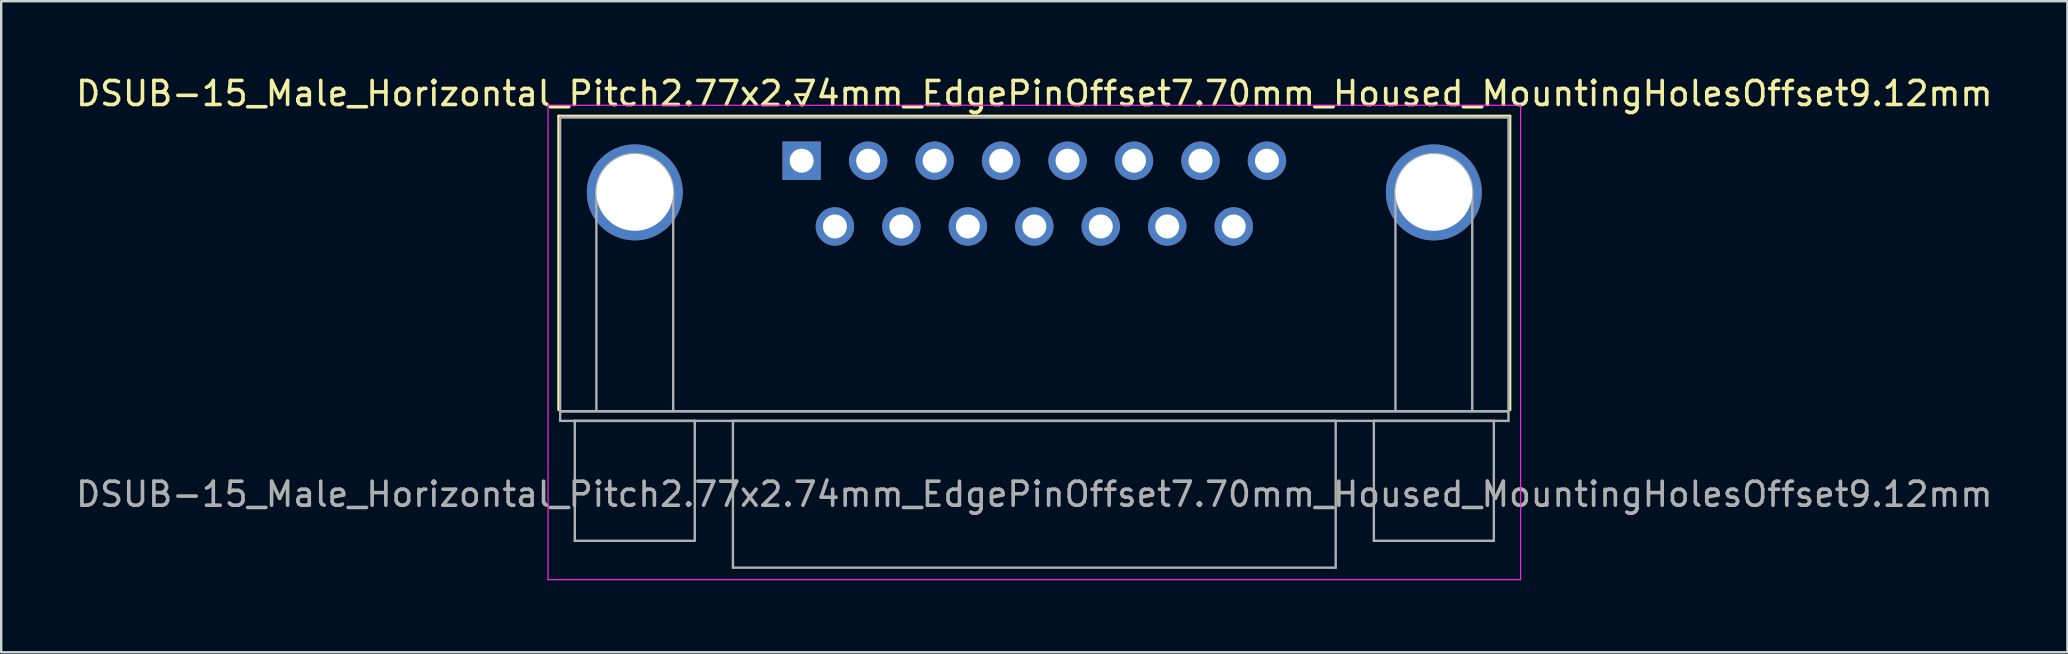
<source format=kicad_pcb>
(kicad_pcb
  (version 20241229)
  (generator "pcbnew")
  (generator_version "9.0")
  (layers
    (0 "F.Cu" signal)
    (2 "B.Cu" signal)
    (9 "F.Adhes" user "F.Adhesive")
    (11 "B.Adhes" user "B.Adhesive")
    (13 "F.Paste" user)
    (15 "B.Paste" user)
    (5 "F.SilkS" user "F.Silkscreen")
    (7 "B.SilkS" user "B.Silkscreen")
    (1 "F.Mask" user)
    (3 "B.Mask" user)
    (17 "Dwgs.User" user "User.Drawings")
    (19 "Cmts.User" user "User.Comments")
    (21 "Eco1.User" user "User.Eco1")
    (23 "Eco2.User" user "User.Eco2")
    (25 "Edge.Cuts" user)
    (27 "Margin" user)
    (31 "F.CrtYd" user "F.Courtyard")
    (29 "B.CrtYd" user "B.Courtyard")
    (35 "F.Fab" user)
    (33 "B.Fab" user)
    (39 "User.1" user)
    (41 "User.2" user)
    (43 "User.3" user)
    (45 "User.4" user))
  (footprint "DSUB-15_Male_Horizontal_Pitch2.77x2.74mm_EdgePinOffset7.70mm_Housed_MountingHolesOffset9.12mm"
    (layer "F.Cu")
    (at 30.359 3.648)
    (property "Reference" "DSUB-15_Male_Horizontal_Pitch2.77x2.74mm_EdgePinOffset7.70mm_Housed_MountingHolesOffset9.12mm" (at 9.695 -2.8 0) (layer "F.SilkS") (effects (font (size 1 1) (thickness 0.15))))
    (attr through_hole)
    (fp_line (start -10.125 -1.86) (end 29.515 -1.86) (stroke (width 0.12) (type solid)) (layer "F.SilkS"))
    (fp_line (start -10.125 10.38) (end -10.125 -1.86) (stroke (width 0.12) (type solid)) (layer "F.SilkS"))
    (fp_line (start -0.25 -2.754) (end 0.25 -2.754) (stroke (width 0.12) (type solid)) (layer "F.SilkS"))
    (fp_line (start 0 -2.321) (end -0.25 -2.754) (stroke (width 0.12) (type solid)) (layer "F.SilkS"))
    (fp_line (start 0.25 -2.754) (end 0 -2.321) (stroke (width 0.12) (type solid)) (layer "F.SilkS"))
    (fp_line (start 29.515 -1.86) (end 29.515 10.38) (stroke (width 0.12) (type solid)) (layer "F.SilkS"))
    (fp_line (start -10.57 -2.31) (end -10.57 17.46) (stroke (width 0.05) (type solid)) (layer "F.CrtYd"))
    (fp_line (start -10.57 17.46) (end 29.96 17.46) (stroke (width 0.05) (type solid)) (layer "F.CrtYd"))
    (fp_line (start 29.96 -2.31) (end -10.57 -2.31) (stroke (width 0.05) (type solid)) (layer "F.CrtYd"))
    (fp_line (start 29.96 17.46) (end 29.96 -2.31) (stroke (width 0.05) (type solid)) (layer "F.CrtYd"))
    (fp_line (start -10.065 -1.8) (end -10.065 10.44) (stroke (width 0.1) (type solid)) (layer "F.Fab"))
    (fp_line (start -10.065 10.44) (end -10.065 10.84) (stroke (width 0.1) (type solid)) (layer "F.Fab"))
    (fp_line (start -10.065 10.44) (end 29.455 10.44) (stroke (width 0.1) (type solid)) (layer "F.Fab"))
    (fp_line (start -10.065 10.84) (end 29.455 10.84) (stroke (width 0.1) (type solid)) (layer "F.Fab"))
    (fp_line (start -9.455 10.84) (end -9.455 15.84) (stroke (width 0.1) (type solid)) (layer "F.Fab"))
    (fp_line (start -9.455 15.84) (end -4.455 15.84) (stroke (width 0.1) (type solid)) (layer "F.Fab"))
    (fp_line (start -8.555 10.44) (end -8.555 1.32) (stroke (width 0.1) (type solid)) (layer "F.Fab"))
    (fp_line (start -5.355 10.44) (end -5.355 1.32) (stroke (width 0.1) (type solid)) (layer "F.Fab"))
    (fp_line (start -4.455 10.84) (end -9.455 10.84) (stroke (width 0.1) (type solid)) (layer "F.Fab"))
    (fp_line (start -4.455 15.84) (end -4.455 10.84) (stroke (width 0.1) (type solid)) (layer "F.Fab"))
    (fp_line (start -2.865 10.84) (end -2.865 16.96) (stroke (width 0.1) (type solid)) (layer "F.Fab"))
    (fp_line (start -2.865 16.96) (end 22.255 16.96) (stroke (width 0.1) (type solid)) (layer "F.Fab"))
    (fp_line (start 22.255 10.84) (end -2.865 10.84) (stroke (width 0.1) (type solid)) (layer "F.Fab"))
    (fp_line (start 22.255 16.96) (end 22.255 10.84) (stroke (width 0.1) (type solid)) (layer "F.Fab"))
    (fp_line (start 23.845 10.84) (end 23.845 15.84) (stroke (width 0.1) (type solid)) (layer "F.Fab"))
    (fp_line (start 23.845 15.84) (end 28.845 15.84) (stroke (width 0.1) (type solid)) (layer "F.Fab"))
    (fp_line (start 24.745 10.44) (end 24.745 1.32) (stroke (width 0.1) (type solid)) (layer "F.Fab"))
    (fp_line (start 27.945 10.44) (end 27.945 1.32) (stroke (width 0.1) (type solid)) (layer "F.Fab"))
    (fp_line (start 28.845 10.84) (end 23.845 10.84) (stroke (width 0.1) (type solid)) (layer "F.Fab"))
    (fp_line (start 28.845 15.84) (end 28.845 10.84) (stroke (width 0.1) (type solid)) (layer "F.Fab"))
    (fp_line (start 29.455 -1.8) (end -10.065 -1.8) (stroke (width 0.1) (type solid)) (layer "F.Fab"))
    (fp_line (start 29.455 10.44) (end -10.065 10.44) (stroke (width 0.1) (type solid)) (layer "F.Fab"))
    (fp_line (start 29.455 10.44) (end 29.455 -1.8) (stroke (width 0.1) (type solid)) (layer "F.Fab"))
    (fp_line (start 29.455 10.84) (end 29.455 10.44) (stroke (width 0.1) (type solid)) (layer "F.Fab"))
    (fp_arc (start -8.555 1.32) (mid -6.955 -0.28) (end -5.355 1.32) (stroke (width 0.1) (type solid)) (layer "F.Fab"))
    (fp_arc (start 24.745 1.32) (mid 26.345 -0.28) (end 27.945 1.32) (stroke (width 0.1) (type solid)) (layer "F.Fab"))
    (fp_text user "${REFERENCE}" (at 9.695 13.9 0) (layer "F.Fab") (effects (font (size 1 1) (thickness 0.15))))
    (pad "0" thru_hole circle (at -6.955 1.32) (size 4 4) (drill 3.2) (layers "*.Cu" "*.Mask"))
    (pad "0" thru_hole circle (at 26.345 1.32) (size 4 4) (drill 3.2) (layers "*.Cu" "*.Mask"))
    (pad "1" thru_hole rect (at 0 0) (size 1.6 1.6) (drill 1) (layers "*.Cu" "*.Mask"))
    (pad "2" thru_hole circle (at 2.77 0) (size 1.6 1.6) (drill 1) (layers "*.Cu" "*.Mask"))
    (pad "3" thru_hole circle (at 5.54 0) (size 1.6 1.6) (drill 1) (layers "*.Cu" "*.Mask"))
    (pad "4" thru_hole circle (at 8.31 0) (size 1.6 1.6) (drill 1) (layers "*.Cu" "*.Mask"))
    (pad "5" thru_hole circle (at 11.08 0) (size 1.6 1.6) (drill 1) (layers "*.Cu" "*.Mask"))
    (pad "6" thru_hole circle (at 13.85 0) (size 1.6 1.6) (drill 1) (layers "*.Cu" "*.Mask"))
    (pad "7" thru_hole circle (at 16.62 0) (size 1.6 1.6) (drill 1) (layers "*.Cu" "*.Mask"))
    (pad "8" thru_hole circle (at 19.39 0) (size 1.6 1.6) (drill 1) (layers "*.Cu" "*.Mask"))
    (pad "9" thru_hole circle (at 1.385 2.74) (size 1.6 1.6) (drill 1) (layers "*.Cu" "*.Mask"))
    (pad "10" thru_hole circle (at 4.155 2.74) (size 1.6 1.6) (drill 1) (layers "*.Cu" "*.Mask"))
    (pad "11" thru_hole circle (at 6.925 2.74) (size 1.6 1.6) (drill 1) (layers "*.Cu" "*.Mask"))
    (pad "12" thru_hole circle (at 9.695 2.74) (size 1.6 1.6) (drill 1) (layers "*.Cu" "*.Mask"))
    (pad "13" thru_hole circle (at 12.465 2.74) (size 1.6 1.6) (drill 1) (layers "*.Cu" "*.Mask"))
    (pad "14" thru_hole circle (at 15.235 2.74) (size 1.6 1.6) (drill 1) (layers "*.Cu" "*.Mask"))
    (pad "15" thru_hole circle (at 18.005 2.74) (size 1.6 1.6) (drill 1) (layers "*.Cu" "*.Mask")))
  (gr_rect
    (start -3 -3)
    (end 83.107 24.133)
    (stroke (width 0.1) (type default))
    (fill no)
    (layer "Edge.Cuts")))
</source>
